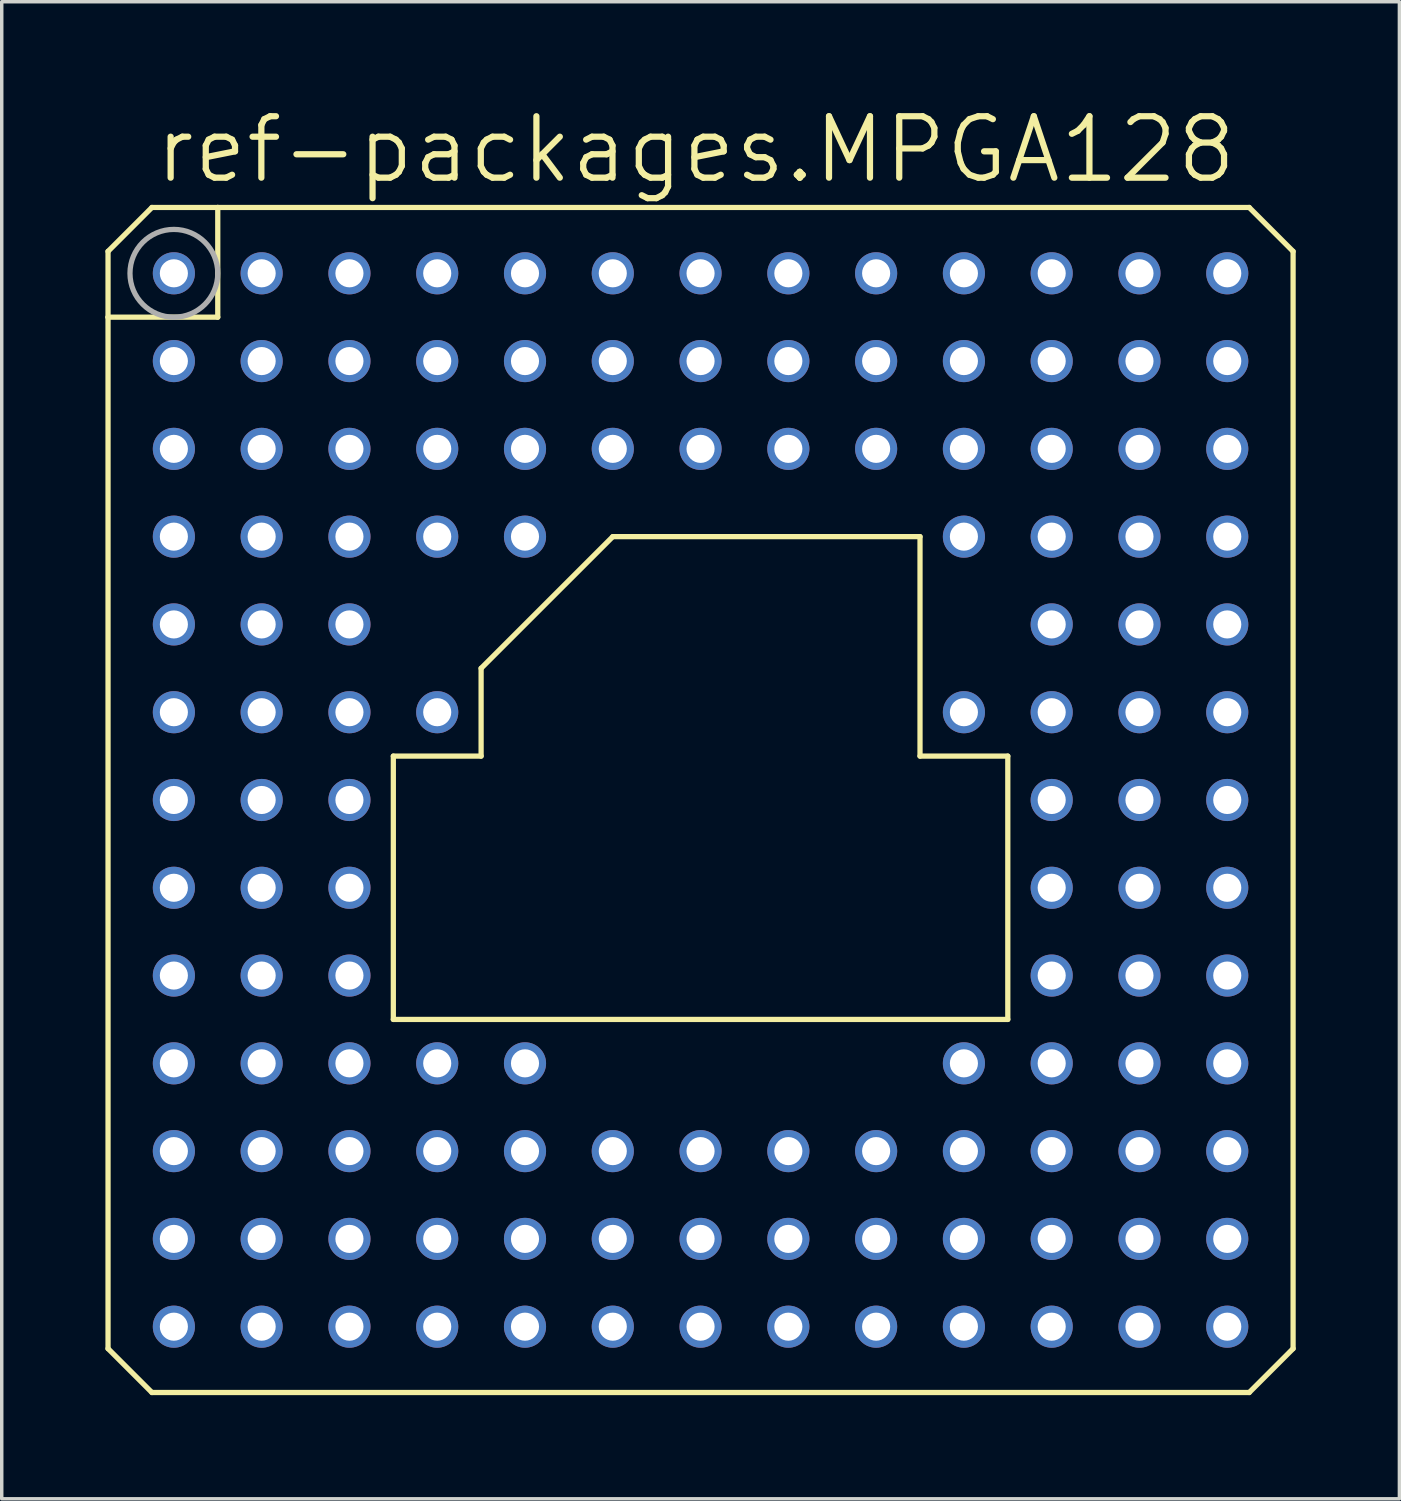
<source format=kicad_pcb>
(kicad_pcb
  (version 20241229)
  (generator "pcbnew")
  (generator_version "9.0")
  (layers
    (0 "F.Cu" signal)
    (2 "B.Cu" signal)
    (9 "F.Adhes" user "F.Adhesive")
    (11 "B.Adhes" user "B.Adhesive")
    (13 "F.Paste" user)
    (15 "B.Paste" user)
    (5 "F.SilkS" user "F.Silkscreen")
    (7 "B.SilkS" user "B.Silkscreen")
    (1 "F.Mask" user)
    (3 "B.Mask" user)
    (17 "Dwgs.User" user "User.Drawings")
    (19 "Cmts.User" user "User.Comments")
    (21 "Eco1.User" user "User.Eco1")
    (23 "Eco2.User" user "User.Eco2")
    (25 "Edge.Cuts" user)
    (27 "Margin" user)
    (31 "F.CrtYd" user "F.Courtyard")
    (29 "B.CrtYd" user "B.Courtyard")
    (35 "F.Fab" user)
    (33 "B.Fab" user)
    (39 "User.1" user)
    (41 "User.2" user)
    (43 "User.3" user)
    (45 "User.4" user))
  (footprint "ref-packages.MPGA128"
    (layer "F.Cu")
    (at 17.221 20.098)
    (property "Reference" "ref-packages.MPGA128" (at -15.875 -17.78 0) (layer "F.SilkS") (effects (font (size 1.778 1.778) (thickness 0.18)) (justify left bottom)))
    (attr through_hole)
    (fp_line (start -17.145 -15.875) (end -15.875 -17.145) (stroke (width 0.152) (type default)) (layer "F.SilkS"))
    (fp_line (start -17.145 -13.97) (end -17.145 -15.875) (stroke (width 0.152) (type default)) (layer "F.SilkS"))
    (fp_line (start -17.145 -13.97) (end -13.97 -13.97) (stroke (width 0.152) (type default)) (layer "F.SilkS"))
    (fp_line (start -17.145 15.875) (end -17.145 -13.97) (stroke (width 0.152) (type default)) (layer "F.SilkS"))
    (fp_line (start -15.875 -17.145) (end -13.97 -17.145) (stroke (width 0.152) (type default)) (layer "F.SilkS"))
    (fp_line (start -15.875 17.145) (end -17.145 15.875) (stroke (width 0.152) (type default)) (layer "F.SilkS"))
    (fp_line (start -13.97 -17.145) (end 15.875 -17.145) (stroke (width 0.152) (type default)) (layer "F.SilkS"))
    (fp_line (start -13.97 -13.97) (end -13.97 -17.145) (stroke (width 0.152) (type default)) (layer "F.SilkS"))
    (fp_line (start -8.89 6.35) (end -8.89 -1.27) (stroke (width 0.152) (type default)) (layer "F.SilkS"))
    (fp_line (start -6.35 -3.81) (end -2.54 -7.62) (stroke (width 0.152) (type default)) (layer "F.SilkS"))
    (fp_line (start -6.35 -1.27) (end -8.89 -1.27) (stroke (width 0.152) (type default)) (layer "F.SilkS"))
    (fp_line (start -6.35 -1.27) (end -6.35 -3.81) (stroke (width 0.152) (type default)) (layer "F.SilkS"))
    (fp_line (start -2.54 -7.62) (end 6.35 -7.62) (stroke (width 0.152) (type default)) (layer "F.SilkS"))
    (fp_line (start 6.35 -7.62) (end 6.35 -1.27) (stroke (width 0.152) (type default)) (layer "F.SilkS"))
    (fp_line (start 6.35 -1.27) (end 8.89 -1.27) (stroke (width 0.152) (type default)) (layer "F.SilkS"))
    (fp_line (start 8.89 -1.27) (end 8.89 6.35) (stroke (width 0.152) (type default)) (layer "F.SilkS"))
    (fp_line (start 8.89 6.35) (end -8.89 6.35) (stroke (width 0.152) (type default)) (layer "F.SilkS"))
    (fp_line (start 15.875 -17.145) (end 17.145 -15.875) (stroke (width 0.152) (type default)) (layer "F.SilkS"))
    (fp_line (start 15.875 17.145) (end -15.875 17.145) (stroke (width 0.152) (type default)) (layer "F.SilkS"))
    (fp_line (start 17.145 -15.875) (end 17.145 15.875) (stroke (width 0.152) (type default)) (layer "F.SilkS"))
    (fp_line (start 17.145 15.875) (end 15.875 17.145) (stroke (width 0.152) (type default)) (layer "F.SilkS"))
    (fp_circle (center -15.24 -15.24) (end -13.97 -15.24) (stroke (width 0.152) (type default)) (fill no) (layer "F.Fab"))
    (pad "A01" thru_hole circle (at -15.24 -15.24) (size 1.219 1.219) (drill 0.813) (layers "*.Cu" "*.Mask"))
    (pad "A02" thru_hole circle (at -12.7 -15.24) (size 1.219 1.219) (drill 0.813) (layers "*.Cu" "*.Mask"))
    (pad "A03" thru_hole circle (at -10.16 -15.24) (size 1.219 1.219) (drill 0.813) (layers "*.Cu" "*.Mask"))
    (pad "A04" thru_hole circle (at -7.62 -15.24) (size 1.219 1.219) (drill 0.813) (layers "*.Cu" "*.Mask"))
    (pad "A05" thru_hole circle (at -5.08 -15.24) (size 1.219 1.219) (drill 0.813) (layers "*.Cu" "*.Mask"))
    (pad "A06" thru_hole circle (at -2.54 -15.24) (size 1.219 1.219) (drill 0.813) (layers "*.Cu" "*.Mask"))
    (pad "A07" thru_hole circle (at 0 -15.24) (size 1.219 1.219) (drill 0.813) (layers "*.Cu" "*.Mask"))
    (pad "A08" thru_hole circle (at 2.54 -15.24) (size 1.219 1.219) (drill 0.813) (layers "*.Cu" "*.Mask"))
    (pad "A09" thru_hole circle (at 5.08 -15.24) (size 1.219 1.219) (drill 0.813) (layers "*.Cu" "*.Mask"))
    (pad "A10" thru_hole circle (at 7.62 -15.24) (size 1.219 1.219) (drill 0.813) (layers "*.Cu" "*.Mask"))
    (pad "A11" thru_hole circle (at 10.16 -15.24) (size 1.219 1.219) (drill 0.813) (layers "*.Cu" "*.Mask"))
    (pad "A12" thru_hole circle (at 12.7 -15.24) (size 1.219 1.219) (drill 0.813) (layers "*.Cu" "*.Mask"))
    (pad "A13" thru_hole circle (at 15.24 -15.24) (size 1.219 1.219) (drill 0.813) (layers "*.Cu" "*.Mask"))
    (pad "B01" thru_hole circle (at -15.24 -12.7) (size 1.219 1.219) (drill 0.813) (layers "*.Cu" "*.Mask"))
    (pad "B02" thru_hole circle (at -12.7 -12.7) (size 1.219 1.219) (drill 0.813) (layers "*.Cu" "*.Mask"))
    (pad "B03" thru_hole circle (at -10.16 -12.7) (size 1.219 1.219) (drill 0.813) (layers "*.Cu" "*.Mask"))
    (pad "B04" thru_hole circle (at -7.62 -12.7) (size 1.219 1.219) (drill 0.813) (layers "*.Cu" "*.Mask"))
    (pad "B05" thru_hole circle (at -5.08 -12.7) (size 1.219 1.219) (drill 0.813) (layers "*.Cu" "*.Mask"))
    (pad "B06" thru_hole circle (at -2.54 -12.7) (size 1.219 1.219) (drill 0.813) (layers "*.Cu" "*.Mask"))
    (pad "B07" thru_hole circle (at 0 -12.7) (size 1.219 1.219) (drill 0.813) (layers "*.Cu" "*.Mask"))
    (pad "B08" thru_hole circle (at 2.54 -12.7) (size 1.219 1.219) (drill 0.813) (layers "*.Cu" "*.Mask"))
    (pad "B09" thru_hole circle (at 5.08 -12.7) (size 1.219 1.219) (drill 0.813) (layers "*.Cu" "*.Mask"))
    (pad "B10" thru_hole circle (at 7.62 -12.7) (size 1.219 1.219) (drill 0.813) (layers "*.Cu" "*.Mask"))
    (pad "B11" thru_hole circle (at 10.16 -12.7) (size 1.219 1.219) (drill 0.813) (layers "*.Cu" "*.Mask"))
    (pad "B12" thru_hole circle (at 12.7 -12.7) (size 1.219 1.219) (drill 0.813) (layers "*.Cu" "*.Mask"))
    (pad "B13" thru_hole circle (at 15.24 -12.7) (size 1.219 1.219) (drill 0.813) (layers "*.Cu" "*.Mask"))
    (pad "C01" thru_hole circle (at -15.24 -10.16) (size 1.219 1.219) (drill 0.813) (layers "*.Cu" "*.Mask"))
    (pad "C02" thru_hole circle (at -12.7 -10.16) (size 1.219 1.219) (drill 0.813) (layers "*.Cu" "*.Mask"))
    (pad "C03" thru_hole circle (at -10.16 -10.16) (size 1.219 1.219) (drill 0.813) (layers "*.Cu" "*.Mask"))
    (pad "C04" thru_hole circle (at -7.62 -10.16) (size 1.219 1.219) (drill 0.813) (layers "*.Cu" "*.Mask"))
    (pad "C05" thru_hole circle (at -5.08 -10.16) (size 1.219 1.219) (drill 0.813) (layers "*.Cu" "*.Mask"))
    (pad "C06" thru_hole circle (at -2.54 -10.16) (size 1.219 1.219) (drill 0.813) (layers "*.Cu" "*.Mask"))
    (pad "C07" thru_hole circle (at 0 -10.16) (size 1.219 1.219) (drill 0.813) (layers "*.Cu" "*.Mask"))
    (pad "C08" thru_hole circle (at 2.54 -10.16) (size 1.219 1.219) (drill 0.813) (layers "*.Cu" "*.Mask"))
    (pad "C09" thru_hole circle (at 5.08 -10.16) (size 1.219 1.219) (drill 0.813) (layers "*.Cu" "*.Mask"))
    (pad "C10" thru_hole circle (at 7.62 -10.16) (size 1.219 1.219) (drill 0.813) (layers "*.Cu" "*.Mask"))
    (pad "C11" thru_hole circle (at 10.16 -10.16) (size 1.219 1.219) (drill 0.813) (layers "*.Cu" "*.Mask"))
    (pad "C12" thru_hole circle (at 12.7 -10.16) (size 1.219 1.219) (drill 0.813) (layers "*.Cu" "*.Mask"))
    (pad "C13" thru_hole circle (at 15.24 -10.16) (size 1.219 1.219) (drill 0.813) (layers "*.Cu" "*.Mask"))
    (pad "D01" thru_hole circle (at -15.24 -7.62) (size 1.219 1.219) (drill 0.813) (layers "*.Cu" "*.Mask"))
    (pad "D02" thru_hole circle (at -12.7 -7.62) (size 1.219 1.219) (drill 0.813) (layers "*.Cu" "*.Mask"))
    (pad "D03" thru_hole circle (at -10.16 -7.62) (size 1.219 1.219) (drill 0.813) (layers "*.Cu" "*.Mask"))
    (pad "D04" thru_hole circle (at -7.62 -7.62) (size 1.219 1.219) (drill 0.813) (layers "*.Cu" "*.Mask"))
    (pad "D05" thru_hole circle (at -5.08 -7.62) (size 1.219 1.219) (drill 0.813) (layers "*.Cu" "*.Mask"))
    (pad "D10" thru_hole circle (at 7.62 -7.62) (size 1.219 1.219) (drill 0.813) (layers "*.Cu" "*.Mask"))
    (pad "D11" thru_hole circle (at 10.16 -7.62) (size 1.219 1.219) (drill 0.813) (layers "*.Cu" "*.Mask"))
    (pad "D12" thru_hole circle (at 12.7 -7.62) (size 1.219 1.219) (drill 0.813) (layers "*.Cu" "*.Mask"))
    (pad "D13" thru_hole circle (at 15.24 -7.62) (size 1.219 1.219) (drill 0.813) (layers "*.Cu" "*.Mask"))
    (pad "E01" thru_hole circle (at -15.24 -5.08) (size 1.219 1.219) (drill 0.813) (layers "*.Cu" "*.Mask"))
    (pad "E02" thru_hole circle (at -12.7 -5.08) (size 1.219 1.219) (drill 0.813) (layers "*.Cu" "*.Mask"))
    (pad "E03" thru_hole circle (at -10.16 -5.08) (size 1.219 1.219) (drill 0.813) (layers "*.Cu" "*.Mask"))
    (pad "E11" thru_hole circle (at 10.16 -5.08) (size 1.219 1.219) (drill 0.813) (layers "*.Cu" "*.Mask"))
    (pad "E12" thru_hole circle (at 12.7 -5.08) (size 1.219 1.219) (drill 0.813) (layers "*.Cu" "*.Mask"))
    (pad "E13" thru_hole circle (at 15.24 -5.08) (size 1.219 1.219) (drill 0.813) (layers "*.Cu" "*.Mask"))
    (pad "F01" thru_hole circle (at -15.24 -2.54) (size 1.219 1.219) (drill 0.813) (layers "*.Cu" "*.Mask"))
    (pad "F02" thru_hole circle (at -12.7 -2.54) (size 1.219 1.219) (drill 0.813) (layers "*.Cu" "*.Mask"))
    (pad "F03" thru_hole circle (at -10.16 -2.54) (size 1.219 1.219) (drill 0.813) (layers "*.Cu" "*.Mask"))
    (pad "F04" thru_hole circle (at -7.62 -2.54) (size 1.219 1.219) (drill 0.813) (layers "*.Cu" "*.Mask"))
    (pad "F10" thru_hole circle (at 7.62 -2.54) (size 1.219 1.219) (drill 0.813) (layers "*.Cu" "*.Mask"))
    (pad "F11" thru_hole circle (at 10.16 -2.54) (size 1.219 1.219) (drill 0.813) (layers "*.Cu" "*.Mask"))
    (pad "F12" thru_hole circle (at 12.7 -2.54) (size 1.219 1.219) (drill 0.813) (layers "*.Cu" "*.Mask"))
    (pad "F13" thru_hole circle (at 15.24 -2.54) (size 1.219 1.219) (drill 0.813) (layers "*.Cu" "*.Mask"))
    (pad "G01" thru_hole circle (at -15.24 0) (size 1.219 1.219) (drill 0.813) (layers "*.Cu" "*.Mask"))
    (pad "G02" thru_hole circle (at -12.7 0) (size 1.219 1.219) (drill 0.813) (layers "*.Cu" "*.Mask"))
    (pad "G03" thru_hole circle (at -10.16 0) (size 1.219 1.219) (drill 0.813) (layers "*.Cu" "*.Mask"))
    (pad "G11" thru_hole circle (at 10.16 0) (size 1.219 1.219) (drill 0.813) (layers "*.Cu" "*.Mask"))
    (pad "G12" thru_hole circle (at 12.7 0) (size 1.219 1.219) (drill 0.813) (layers "*.Cu" "*.Mask"))
    (pad "G13" thru_hole circle (at 15.24 0) (size 1.219 1.219) (drill 0.813) (layers "*.Cu" "*.Mask"))
    (pad "H01" thru_hole circle (at -15.24 2.54) (size 1.219 1.219) (drill 0.813) (layers "*.Cu" "*.Mask"))
    (pad "H02" thru_hole circle (at -12.7 2.54) (size 1.219 1.219) (drill 0.813) (layers "*.Cu" "*.Mask"))
    (pad "H03" thru_hole circle (at -10.16 2.54) (size 1.219 1.219) (drill 0.813) (layers "*.Cu" "*.Mask"))
    (pad "H11" thru_hole circle (at 10.16 2.54) (size 1.219 1.219) (drill 0.813) (layers "*.Cu" "*.Mask"))
    (pad "H12" thru_hole circle (at 12.7 2.54) (size 1.219 1.219) (drill 0.813) (layers "*.Cu" "*.Mask"))
    (pad "H13" thru_hole circle (at 15.24 2.54) (size 1.219 1.219) (drill 0.813) (layers "*.Cu" "*.Mask"))
    (pad "J01" thru_hole circle (at -15.24 5.08) (size 1.219 1.219) (drill 0.813) (layers "*.Cu" "*.Mask"))
    (pad "J02" thru_hole circle (at -12.7 5.08) (size 1.219 1.219) (drill 0.813) (layers "*.Cu" "*.Mask"))
    (pad "J03" thru_hole circle (at -10.16 5.08) (size 1.219 1.219) (drill 0.813) (layers "*.Cu" "*.Mask"))
    (pad "J11" thru_hole circle (at 10.16 5.08) (size 1.219 1.219) (drill 0.813) (layers "*.Cu" "*.Mask"))
    (pad "J12" thru_hole circle (at 12.7 5.08) (size 1.219 1.219) (drill 0.813) (layers "*.Cu" "*.Mask"))
    (pad "J13" thru_hole circle (at 15.24 5.08) (size 1.219 1.219) (drill 0.813) (layers "*.Cu" "*.Mask"))
    (pad "K01" thru_hole circle (at -15.24 7.62) (size 1.219 1.219) (drill 0.813) (layers "*.Cu" "*.Mask"))
    (pad "K02" thru_hole circle (at -12.7 7.62) (size 1.219 1.219) (drill 0.813) (layers "*.Cu" "*.Mask"))
    (pad "K03" thru_hole circle (at -10.16 7.62) (size 1.219 1.219) (drill 0.813) (layers "*.Cu" "*.Mask"))
    (pad "K04" thru_hole circle (at -7.62 7.62) (size 1.219 1.219) (drill 0.813) (layers "*.Cu" "*.Mask"))
    (pad "K05" thru_hole circle (at -5.08 7.62) (size 1.219 1.219) (drill 0.813) (layers "*.Cu" "*.Mask"))
    (pad "K10" thru_hole circle (at 7.62 7.62) (size 1.219 1.219) (drill 0.813) (layers "*.Cu" "*.Mask"))
    (pad "K11" thru_hole circle (at 10.16 7.62) (size 1.219 1.219) (drill 0.813) (layers "*.Cu" "*.Mask"))
    (pad "K12" thru_hole circle (at 12.7 7.62) (size 1.219 1.219) (drill 0.813) (layers "*.Cu" "*.Mask"))
    (pad "K13" thru_hole circle (at 15.24 7.62) (size 1.219 1.219) (drill 0.813) (layers "*.Cu" "*.Mask"))
    (pad "L01" thru_hole circle (at -15.24 10.16) (size 1.219 1.219) (drill 0.813) (layers "*.Cu" "*.Mask"))
    (pad "L02" thru_hole circle (at -12.7 10.16) (size 1.219 1.219) (drill 0.813) (layers "*.Cu" "*.Mask"))
    (pad "L03" thru_hole circle (at -10.16 10.16) (size 1.219 1.219) (drill 0.813) (layers "*.Cu" "*.Mask"))
    (pad "L04" thru_hole circle (at -7.62 10.16) (size 1.219 1.219) (drill 0.813) (layers "*.Cu" "*.Mask"))
    (pad "L05" thru_hole circle (at -5.08 10.16) (size 1.219 1.219) (drill 0.813) (layers "*.Cu" "*.Mask"))
    (pad "L06" thru_hole circle (at -2.54 10.16) (size 1.219 1.219) (drill 0.813) (layers "*.Cu" "*.Mask"))
    (pad "L07" thru_hole circle (at 0 10.16) (size 1.219 1.219) (drill 0.813) (layers "*.Cu" "*.Mask"))
    (pad "L08" thru_hole circle (at 2.54 10.16) (size 1.219 1.219) (drill 0.813) (layers "*.Cu" "*.Mask"))
    (pad "L09" thru_hole circle (at 5.08 10.16) (size 1.219 1.219) (drill 0.813) (layers "*.Cu" "*.Mask"))
    (pad "L10" thru_hole circle (at 7.62 10.16) (size 1.219 1.219) (drill 0.813) (layers "*.Cu" "*.Mask"))
    (pad "L11" thru_hole circle (at 10.16 10.16) (size 1.219 1.219) (drill 0.813) (layers "*.Cu" "*.Mask"))
    (pad "L12" thru_hole circle (at 12.7 10.16) (size 1.219 1.219) (drill 0.813) (layers "*.Cu" "*.Mask"))
    (pad "L13" thru_hole circle (at 15.24 10.16) (size 1.219 1.219) (drill 0.813) (layers "*.Cu" "*.Mask"))
    (pad "M01" thru_hole circle (at -15.24 12.7) (size 1.219 1.219) (drill 0.813) (layers "*.Cu" "*.Mask"))
    (pad "M02" thru_hole circle (at -12.7 12.7) (size 1.219 1.219) (drill 0.813) (layers "*.Cu" "*.Mask"))
    (pad "M03" thru_hole circle (at -10.16 12.7) (size 1.219 1.219) (drill 0.813) (layers "*.Cu" "*.Mask"))
    (pad "M04" thru_hole circle (at -7.62 12.7) (size 1.219 1.219) (drill 0.813) (layers "*.Cu" "*.Mask"))
    (pad "M05" thru_hole circle (at -5.08 12.7) (size 1.219 1.219) (drill 0.813) (layers "*.Cu" "*.Mask"))
    (pad "M06" thru_hole circle (at -2.54 12.7) (size 1.219 1.219) (drill 0.813) (layers "*.Cu" "*.Mask"))
    (pad "M07" thru_hole circle (at 0 12.7) (size 1.219 1.219) (drill 0.813) (layers "*.Cu" "*.Mask"))
    (pad "M08" thru_hole circle (at 2.54 12.7) (size 1.219 1.219) (drill 0.813) (layers "*.Cu" "*.Mask"))
    (pad "M09" thru_hole circle (at 5.08 12.7) (size 1.219 1.219) (drill 0.813) (layers "*.Cu" "*.Mask"))
    (pad "M10" thru_hole circle (at 7.62 12.7) (size 1.219 1.219) (drill 0.813) (layers "*.Cu" "*.Mask"))
    (pad "M11" thru_hole circle (at 10.16 12.7) (size 1.219 1.219) (drill 0.813) (layers "*.Cu" "*.Mask"))
    (pad "M12" thru_hole circle (at 12.7 12.7) (size 1.219 1.219) (drill 0.813) (layers "*.Cu" "*.Mask"))
    (pad "M13" thru_hole circle (at 15.24 12.7) (size 1.219 1.219) (drill 0.813) (layers "*.Cu" "*.Mask"))
    (pad "N01" thru_hole circle (at -15.24 15.24) (size 1.219 1.219) (drill 0.813) (layers "*.Cu" "*.Mask"))
    (pad "N02" thru_hole circle (at -12.7 15.24) (size 1.219 1.219) (drill 0.813) (layers "*.Cu" "*.Mask"))
    (pad "N03" thru_hole circle (at -10.16 15.24) (size 1.219 1.219) (drill 0.813) (layers "*.Cu" "*.Mask"))
    (pad "N04" thru_hole circle (at -7.62 15.24) (size 1.219 1.219) (drill 0.813) (layers "*.Cu" "*.Mask"))
    (pad "N05" thru_hole circle (at -5.08 15.24) (size 1.219 1.219) (drill 0.813) (layers "*.Cu" "*.Mask"))
    (pad "N06" thru_hole circle (at -2.54 15.24) (size 1.219 1.219) (drill 0.813) (layers "*.Cu" "*.Mask"))
    (pad "N07" thru_hole circle (at 0 15.24) (size 1.219 1.219) (drill 0.813) (layers "*.Cu" "*.Mask"))
    (pad "N08" thru_hole circle (at 2.54 15.24) (size 1.219 1.219) (drill 0.813) (layers "*.Cu" "*.Mask"))
    (pad "N09" thru_hole circle (at 5.08 15.24) (size 1.219 1.219) (drill 0.813) (layers "*.Cu" "*.Mask"))
    (pad "N10" thru_hole circle (at 7.62 15.24) (size 1.219 1.219) (drill 0.813) (layers "*.Cu" "*.Mask"))
    (pad "N11" thru_hole circle (at 10.16 15.24) (size 1.219 1.219) (drill 0.813) (layers "*.Cu" "*.Mask"))
    (pad "N12" thru_hole circle (at 12.7 15.24) (size 1.219 1.219) (drill 0.813) (layers "*.Cu" "*.Mask"))
    (pad "N13" thru_hole circle (at 15.24 15.24) (size 1.219 1.219) (drill 0.813) (layers "*.Cu" "*.Mask")))
  (gr_rect
    (start -3 -3)
    (end 37.442 40.319)
    (stroke (width 0.1) (type default))
    (fill no)
    (layer "Edge.Cuts")))
</source>
